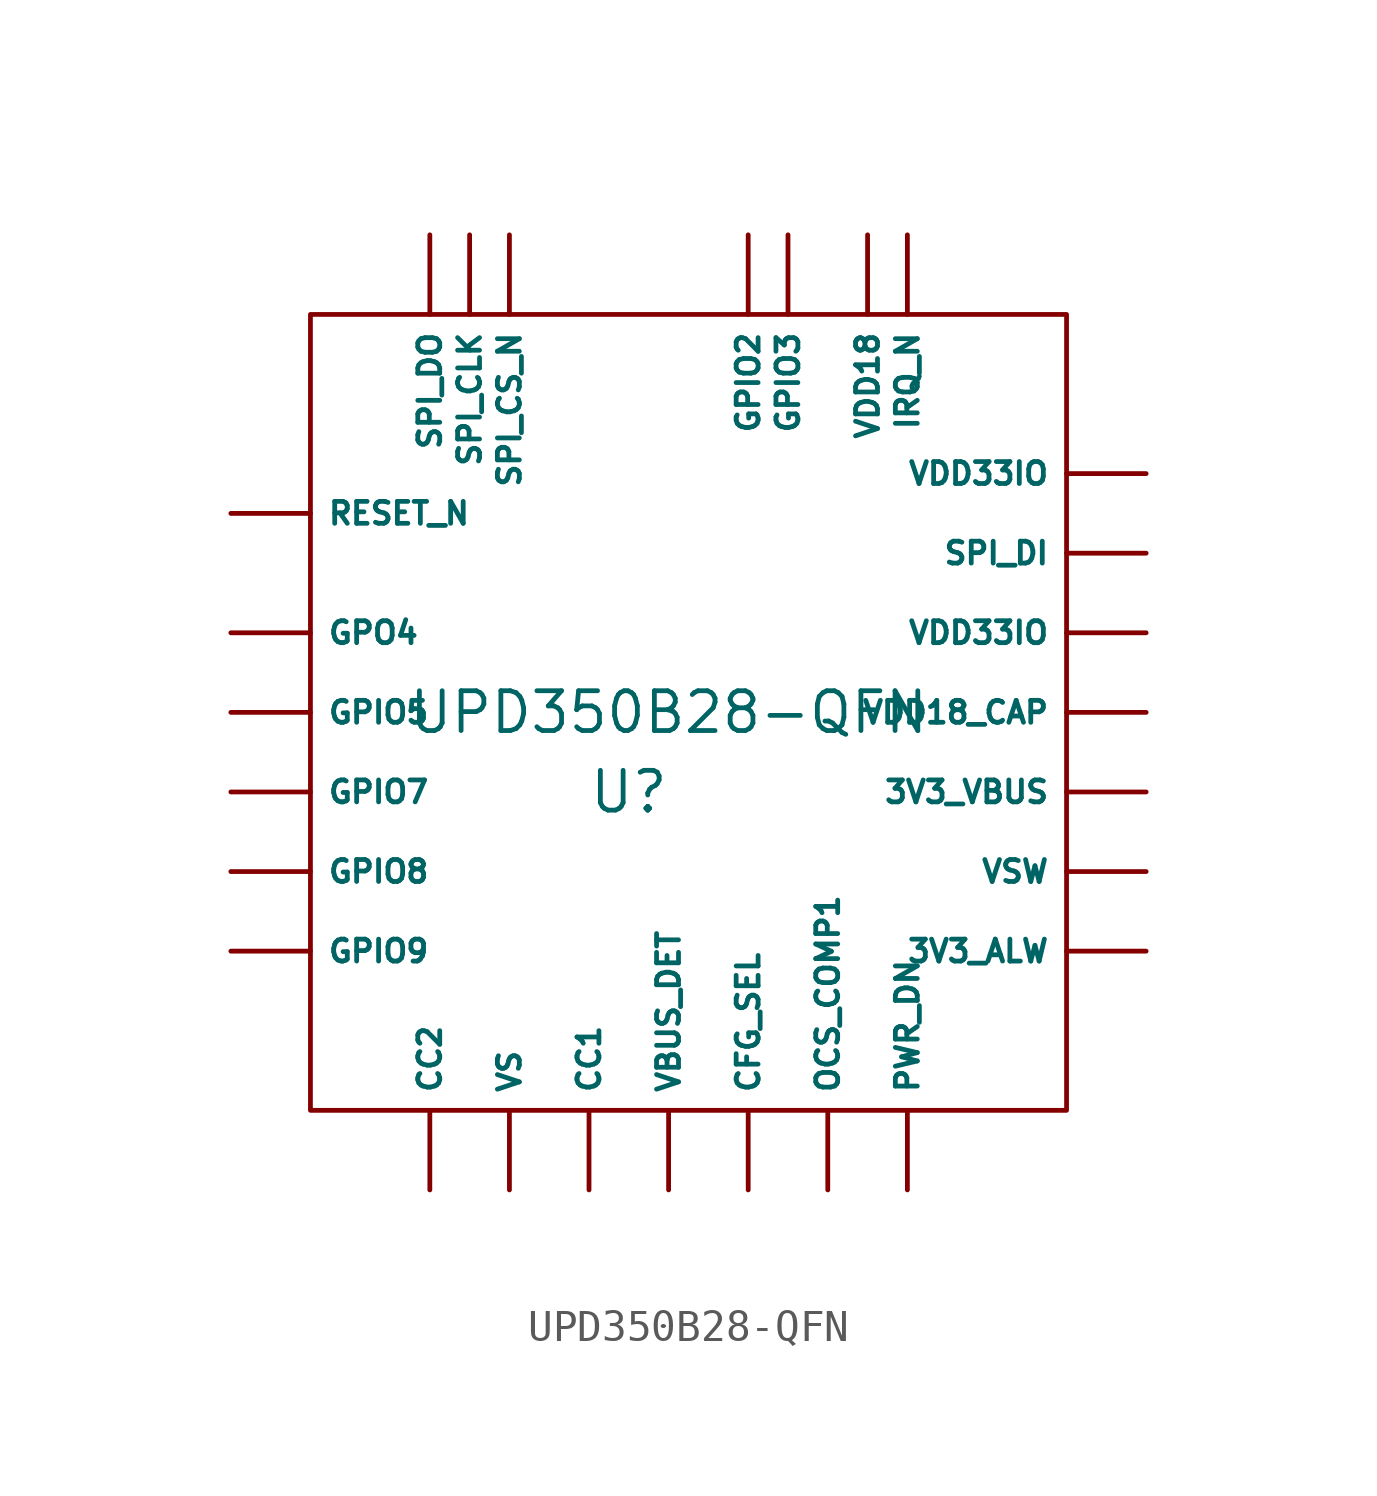
<source format=kicad_sym>
(kicad_symbol_lib
  (version 20210619)
  (generator kicad_symbol_editor)
  (symbol "UPD:UPD350B28-QFN"
    (property "Reference" "U"
      (at -1.27 -2.54 0)
      (effects (font (size 1.27 1.27))))
    (property "Value" "UPD350B28-QFN"
      (at 0 0 0)
      (effects (font (size 1.27 1.27))))
    (symbol "UPD350B28-QFN_0_1"
      (rectangle (start -11.43 12.7) (end 12.7 -12.7) (stroke (width 0.152)) (fill (type none))))
    (symbol "UPD350B28-QFN_1_1"
      (pin power_in line (at 15.24 -7.62 180) (length 2.54) (name "3V3_ALW" (effects (font (size 0.7 0.7)))) (number "" (effects (font (size 1.27 1.27)))))
      (pin power_in line (at 15.24 -2.54 180) (length 2.54) (name "3V3_VBUS" (effects (font (size 0.7 0.7)))) (number "" (effects (font (size 1.27 1.27)))))
      (pin bidirectional line (at -2.54 -15.24 90) (length 2.54) (name "CC1" (effects (font (size 0.7 0.7)))) (number "" (effects (font (size 1.27 1.27)))))
      (pin bidirectional line (at -7.62 -15.24 90) (length 2.54) (name "CC2" (effects (font (size 0.7 0.7)))) (number "" (effects (font (size 1.27 1.27)))))
      (pin bidirectional line (at 2.54 -15.24 90) (length 2.54) (name "CFG_SEL" (effects (font (size 0.7 0.7)))) (number "" (effects (font (size 1.27 1.27)))))
      (pin bidirectional line (at 2.54 15.24 270) (length 2.54) (name "GPIO2" (effects (font (size 0.7 0.7)))) (number "" (effects (font (size 1.27 1.27)))))
      (pin bidirectional line (at 3.81 15.24 270) (length 2.54) (name "GPIO3" (effects (font (size 0.7 0.7)))) (number "" (effects (font (size 1.27 1.27)))))
      (pin bidirectional line (at -13.97 0 0) (length 2.54) (name "GPIO5" (effects (font (size 0.7 0.7)))) (number "" (effects (font (size 1.27 1.27)))))
      (pin bidirectional line (at -13.97 -2.54 0) (length 2.54) (name "GPIO7" (effects (font (size 0.7 0.7)))) (number "" (effects (font (size 1.27 1.27)))))
      (pin bidirectional line (at -13.97 -5.08 0) (length 2.54) (name "GPIO8" (effects (font (size 0.7 0.7)))) (number "" (effects (font (size 1.27 1.27)))))
      (pin bidirectional line (at -13.97 -7.62 0) (length 2.54) (name "GPIO9" (effects (font (size 0.7 0.7)))) (number "" (effects (font (size 1.27 1.27)))))
      (pin output line (at -13.97 2.54 0) (length 2.54) (name "GPO4" (effects (font (size 0.7 0.7)))) (number "" (effects (font (size 1.27 1.27)))))
      (pin output line (at 7.62 15.24 270) (length 2.54) (name "IRQ_N" (effects (font (size 0.7 0.7)))) (number "" (effects (font (size 1.27 1.27)))))
      (pin input line (at 5.08 -15.24 90) (length 2.54) (name "OCS_COMP1" (effects (font (size 0.7 0.7)))) (number "" (effects (font (size 1.27 1.27)))))
      (pin input line (at 7.62 -15.24 90) (length 2.54) (name "PWR_DN" (effects (font (size 0.7 0.7)))) (number "" (effects (font (size 1.27 1.27)))))
      (pin input line (at -13.97 6.35 0) (length 2.54) (name "RESET_N" (effects (font (size 0.7 0.7)))) (number "" (effects (font (size 1.27 1.27)))))
      (pin input line (at -6.35 15.24 270) (length 2.54) (name "SPI_CLK" (effects (font (size 0.7 0.7)))) (number "" (effects (font (size 1.27 1.27)))))
      (pin input line (at -5.08 15.24 270) (length 2.54) (name "SPI_CS_N" (effects (font (size 0.7 0.7)))) (number "" (effects (font (size 1.27 1.27)))))
      (pin input line (at 15.24 5.08 180) (length 2.54) (name "SPI_DI" (effects (font (size 0.7 0.7)))) (number "" (effects (font (size 1.27 1.27)))))
      (pin output line (at -7.62 15.24 270) (length 2.54) (name "SPI_DO" (effects (font (size 0.7 0.7)))) (number "" (effects (font (size 1.27 1.27)))))
      (pin bidirectional line (at 0 -15.24 90) (length 2.54) (name "VBUS_DET" (effects (font (size 0.7 0.7)))) (number "" (effects (font (size 1.27 1.27)))))
      (pin power_in line (at 6.35 15.24 270) (length 2.54) (name "VDD18" (effects (font (size 0.7 0.7)))) (number "" (effects (font (size 1.27 1.27)))))
      (pin passive line (at 15.24 0 180) (length 2.54) (name "VDD18_CAP" (effects (font (size 0.7 0.7)))) (number "" (effects (font (size 1.27 1.27)))))
      (pin power_in line (at 15.24 2.54 180) (length 2.54) (name "VDD33IO" (effects (font (size 0.7 0.7)))) (number "" (effects (font (size 1.27 1.27)))))
      (pin power_in line (at 15.24 7.62 180) (length 2.54) (name "VDD33IO" (effects (font (size 0.7 0.7)))) (number "" (effects (font (size 1.27 1.27)))))
      (pin power_in line (at -5.08 -15.24 90) (length 2.54) (name "VS" (effects (font (size 0.7 0.7)))) (number "" (effects (font (size 1.27 1.27)))))
      (pin power_out line (at 15.24 -5.08 180) (length 2.54) (name "VSW" (effects (font (size 0.7 0.7)))) (number "" (effects (font (size 1.27 1.27))))))))
</source>
